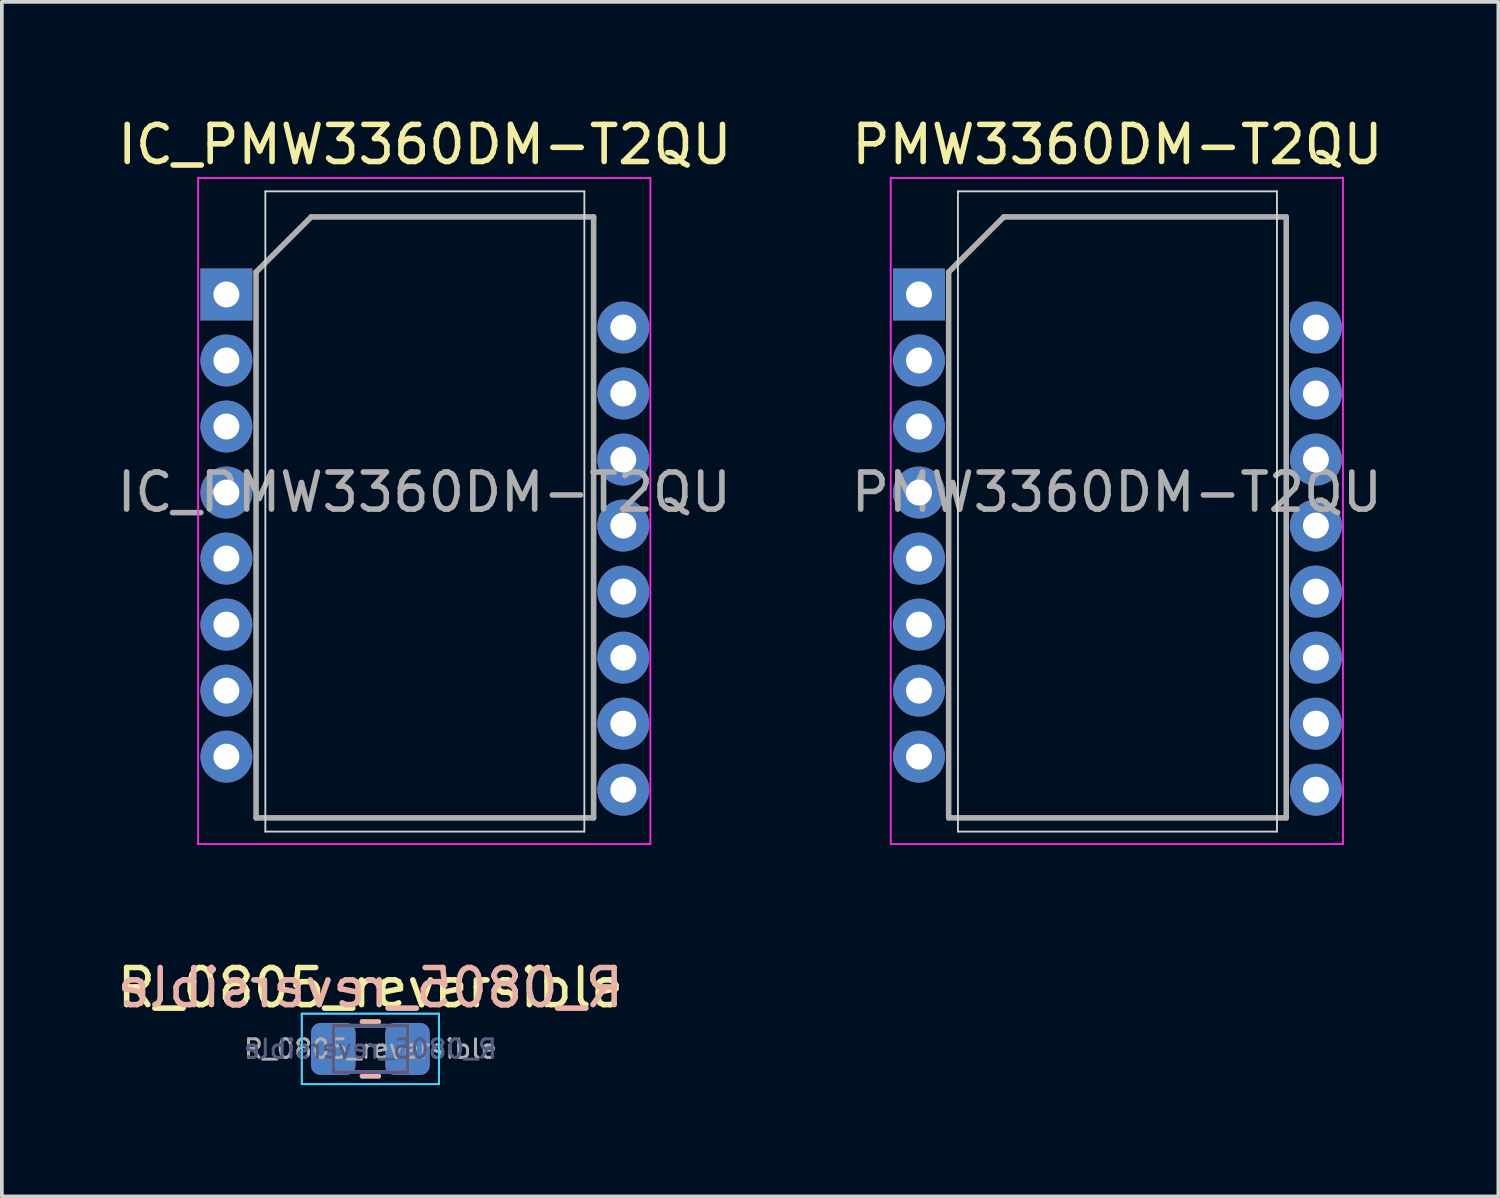
<source format=kicad_pcb>
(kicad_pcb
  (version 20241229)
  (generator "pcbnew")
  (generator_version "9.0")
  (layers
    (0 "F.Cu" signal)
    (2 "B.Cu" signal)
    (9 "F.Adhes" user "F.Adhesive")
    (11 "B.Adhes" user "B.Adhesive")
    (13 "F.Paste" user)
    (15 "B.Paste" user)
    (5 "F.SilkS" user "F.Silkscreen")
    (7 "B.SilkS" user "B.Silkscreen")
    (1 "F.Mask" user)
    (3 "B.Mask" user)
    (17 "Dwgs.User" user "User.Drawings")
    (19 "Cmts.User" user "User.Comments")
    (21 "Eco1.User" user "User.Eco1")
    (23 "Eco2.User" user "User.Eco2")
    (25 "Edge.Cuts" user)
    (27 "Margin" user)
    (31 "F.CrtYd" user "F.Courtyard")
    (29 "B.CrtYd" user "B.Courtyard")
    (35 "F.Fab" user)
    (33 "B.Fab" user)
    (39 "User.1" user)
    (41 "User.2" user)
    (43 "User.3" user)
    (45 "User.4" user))
  (footprint "IC_PMW3360DM-T2QU"
    (layer "F.Cu")
    (at 8.403 10.548)
    (property "Reference" "IC_PMW3360DM-T2QU" (at 0 -9.7 0) (layer "F.SilkS") (effects (font (size 1 1) (thickness 0.15))))
    (attr through_hole)
    (fp_line (start -4.3 -8.44) (end -4.3 8.82) (stroke (width 0.05) (type solid)) (layer "Edge.Cuts"))
    (fp_line (start 4.3 -8.44) (end -4.3 -8.44) (stroke (width 0.05) (type solid)) (layer "Edge.Cuts"))
    (fp_line (start 4.3 -8.44) (end 4.3 8.82) (stroke (width 0.05) (type solid)) (layer "Edge.Cuts"))
    (fp_line (start 4.3 8.82) (end -4.3 8.82) (stroke (width 0.05) (type solid)) (layer "Edge.Cuts"))
    (fp_line (start -6.112 -8.8) (end 6.08 -8.8) (stroke (width 0.05) (type solid)) (layer "F.CrtYd"))
    (fp_line (start -6.112 9.156) (end -6.112 -8.8) (stroke (width 0.05) (type solid)) (layer "F.CrtYd"))
    (fp_line (start 6.08 -8.8) (end 6.08 9.156) (stroke (width 0.05) (type solid)) (layer "F.CrtYd"))
    (fp_line (start 6.08 9.156) (end -6.112 9.156) (stroke (width 0.05) (type solid)) (layer "F.CrtYd"))
    (fp_line (start -4.55 -6.264) (end -4.55 8.45) (stroke (width 0.15) (type solid)) (layer "F.Fab"))
    (fp_line (start -3.064 -7.75) (end -4.55 -6.264) (stroke (width 0.15) (type solid)) (layer "F.Fab"))
    (fp_line (start 4.55 -7.75) (end -3.064 -7.75) (stroke (width 0.15) (type solid)) (layer "F.Fab"))
    (fp_line (start 4.55 -7.75) (end 4.55 8.45) (stroke (width 0.15) (type solid)) (layer "F.Fab"))
    (fp_line (start 4.55 8.45) (end -4.55 8.45) (stroke (width 0.15) (type solid)) (layer "F.Fab"))
    (fp_text user "${REFERENCE}" (at -0.016 -0.329 180) (layer "F.Fab") (effects (font (size 1 1) (thickness 0.15))))
    (pad "1" thru_hole rect (at -5.35 -5.66 180) (size 1.4 1.4) (drill 0.7) (layers "*.Cu" "*.Mask"))
    (pad "2" thru_hole circle (at -5.35 -3.88 180) (size 1.4 1.4) (drill 0.7) (layers "*.Cu" "*.Mask"))
    (pad "3" thru_hole circle (at -5.35 -2.1 180) (size 1.4 1.4) (drill 0.7) (layers "*.Cu" "*.Mask"))
    (pad "4" thru_hole circle (at -5.35 -0.32 180) (size 1.4 1.4) (drill 0.7) (layers "*.Cu" "*.Mask"))
    (pad "5" thru_hole circle (at -5.35 1.46 180) (size 1.4 1.4) (drill 0.7) (layers "*.Cu" "*.Mask"))
    (pad "6" thru_hole circle (at -5.35 3.24 180) (size 1.4 1.4) (drill 0.7) (layers "*.Cu" "*.Mask"))
    (pad "7" thru_hole circle (at -5.35 5.02 180) (size 1.4 1.4) (drill 0.7) (layers "*.Cu" "*.Mask"))
    (pad "8" thru_hole circle (at -5.35 6.8 180) (size 1.4 1.4) (drill 0.7) (layers "*.Cu" "*.Mask"))
    (pad "9" thru_hole circle (at 5.35 7.69 180) (size 1.4 1.4) (drill 0.7) (layers "*.Cu" "*.Mask"))
    (pad "10" thru_hole circle (at 5.35 5.91 180) (size 1.4 1.4) (drill 0.7) (layers "*.Cu" "*.Mask"))
    (pad "11" thru_hole circle (at 5.35 4.13 180) (size 1.4 1.4) (drill 0.7) (layers "*.Cu" "*.Mask"))
    (pad "12" thru_hole circle (at 5.35 2.35 180) (size 1.4 1.4) (drill 0.7) (layers "*.Cu" "*.Mask"))
    (pad "13" thru_hole circle (at 5.35 0.57 180) (size 1.4 1.4) (drill 0.7) (layers "*.Cu" "*.Mask"))
    (pad "14" thru_hole circle (at 5.35 -1.21 180) (size 1.4 1.4) (drill 0.7) (layers "*.Cu" "*.Mask"))
    (pad "15" thru_hole circle (at 5.35 -2.99 180) (size 1.4 1.4) (drill 0.7) (layers "*.Cu" "*.Mask"))
    (pad "16" thru_hole circle (at 5.35 -4.77 180) (size 1.4 1.4) (drill 0.7) (layers "*.Cu" "*.Mask")))
  (footprint "R_0805_reversible"
    (layer "F.Cu")
    (at 6.935 25.227)
    (property "Reference" "R_0805_reversible" (at 0 -1.65 0) (layer "F.SilkS") (effects (font (size 1 1) (thickness 0.15))))
    (attr smd)
    (fp_line (start -0.227 -0.735) (end 0.227 -0.735) (stroke (width 0.12) (type solid)) (layer "F.SilkS"))
    (fp_line (start -0.227 0.735) (end 0.227 0.735) (stroke (width 0.12) (type solid)) (layer "F.SilkS"))
    (fp_line (start -0.227 -0.735) (end 0.227 -0.735) (stroke (width 0.12) (type solid)) (layer "B.SilkS"))
    (fp_line (start -0.227 0.735) (end 0.227 0.735) (stroke (width 0.12) (type solid)) (layer "B.SilkS"))
    (fp_line (start -1.85 -0.95) (end -1.85 0.95) (stroke (width 0.05) (type solid)) (layer "B.CrtYd"))
    (fp_line (start -1.85 0.95) (end 1.85 0.95) (stroke (width 0.05) (type solid)) (layer "B.CrtYd"))
    (fp_line (start 1.85 -0.95) (end -1.85 -0.95) (stroke (width 0.05) (type solid)) (layer "B.CrtYd"))
    (fp_line (start 1.85 0.95) (end 1.85 -0.95) (stroke (width 0.05) (type solid)) (layer "B.CrtYd"))
    (fp_line (start -1.85 -0.95) (end 1.85 -0.95) (stroke (width 0.05) (type solid)) (layer "F.CrtYd"))
    (fp_line (start -1.85 0.95) (end -1.85 -0.95) (stroke (width 0.05) (type solid)) (layer "F.CrtYd"))
    (fp_line (start 1.85 -0.95) (end 1.85 0.95) (stroke (width 0.05) (type solid)) (layer "F.CrtYd"))
    (fp_line (start 1.85 0.95) (end -1.85 0.95) (stroke (width 0.05) (type solid)) (layer "F.CrtYd"))
    (fp_line (start -1 -0.625) (end -1 0.625) (stroke (width 0.1) (type solid)) (layer "B.Fab"))
    (fp_line (start -1 0.625) (end 1 0.625) (stroke (width 0.1) (type solid)) (layer "B.Fab"))
    (fp_line (start 1 -0.625) (end -1 -0.625) (stroke (width 0.1) (type solid)) (layer "B.Fab"))
    (fp_line (start 1 0.625) (end 1 -0.625) (stroke (width 0.1) (type solid)) (layer "B.Fab"))
    (fp_line (start -1 -0.625) (end 1 -0.625) (stroke (width 0.1) (type solid)) (layer "F.Fab"))
    (fp_line (start -1 0.625) (end -1 -0.625) (stroke (width 0.1) (type solid)) (layer "F.Fab"))
    (fp_line (start 1 -0.625) (end 1 0.625) (stroke (width 0.1) (type solid)) (layer "F.Fab"))
    (fp_line (start 1 0.625) (end -1 0.625) (stroke (width 0.1) (type solid)) (layer "F.Fab"))
    (fp_text user "${REFERENCE}" (at 0 -1.65 0) (layer "B.SilkS") (effects (font (size 1 1) (thickness 0.15)) (justify mirror)))
    (fp_text user "${REFERENCE}" (at 0 0 0) (layer "B.Fab") (effects (font (size 0.5 0.5) (thickness 0.08)) (justify mirror)))
    (fp_text user "${REFERENCE}" (at 0 0 0) (layer "F.Fab") (effects (font (size 0.5 0.5) (thickness 0.08))))
    (pad "1" smd roundrect (at -1 0) (size 1.2 1.4) (layers "F.Cu" "F.Mask" "F.Paste") (roundrect_rratio 0.208))
    (pad "1" smd roundrect (at -1 0) (size 1.2 1.4) (layers "B.Cu" "B.Mask" "B.Paste") (roundrect_rratio 0.208))
    (pad "2" smd roundrect (at 1 0) (size 1.2 1.4) (layers "F.Cu" "F.Mask" "F.Paste") (roundrect_rratio 0.208))
    (pad "2" smd roundrect (at 1 0) (size 1.2 1.4) (layers "B.Cu" "B.Mask" "B.Paste") (roundrect_rratio 0.208)))
  (footprint "PMW3360DM-T2QU"
    (layer "F.Cu")
    (at 27.074 10.548)
    (property "Reference" "PMW3360DM-T2QU" (at 0 -9.7 0) (layer "F.SilkS") (effects (font (size 1 1) (thickness 0.15))))
    (attr through_hole)
    (fp_line (start -4.3 -8.44) (end -4.3 8.82) (stroke (width 0.05) (type solid)) (layer "Edge.Cuts"))
    (fp_line (start 4.3 -8.44) (end -4.3 -8.44) (stroke (width 0.05) (type solid)) (layer "Edge.Cuts"))
    (fp_line (start 4.3 -8.44) (end 4.3 8.82) (stroke (width 0.05) (type solid)) (layer "Edge.Cuts"))
    (fp_line (start 4.3 8.82) (end -4.3 8.82) (stroke (width 0.05) (type solid)) (layer "Edge.Cuts"))
    (fp_line (start -6.112 -8.8) (end 6.08 -8.8) (stroke (width 0.05) (type solid)) (layer "F.CrtYd"))
    (fp_line (start -6.112 9.156) (end -6.112 -8.8) (stroke (width 0.05) (type solid)) (layer "F.CrtYd"))
    (fp_line (start 6.08 -8.8) (end 6.08 9.156) (stroke (width 0.05) (type solid)) (layer "F.CrtYd"))
    (fp_line (start 6.08 9.156) (end -6.112 9.156) (stroke (width 0.05) (type solid)) (layer "F.CrtYd"))
    (fp_line (start -4.55 -6.264) (end -4.55 8.45) (stroke (width 0.15) (type solid)) (layer "F.Fab"))
    (fp_line (start -3.064 -7.75) (end -4.55 -6.264) (stroke (width 0.15) (type solid)) (layer "F.Fab"))
    (fp_line (start 4.55 -7.75) (end -3.064 -7.75) (stroke (width 0.15) (type solid)) (layer "F.Fab"))
    (fp_line (start 4.55 -7.75) (end 4.55 8.45) (stroke (width 0.15) (type solid)) (layer "F.Fab"))
    (fp_line (start 4.55 8.45) (end -4.55 8.45) (stroke (width 0.15) (type solid)) (layer "F.Fab"))
    (fp_text user "${REFERENCE}" (at -0.016 -0.329 180) (layer "F.Fab") (effects (font (size 1 1) (thickness 0.15))))
    (pad "1" thru_hole rect (at -5.35 -5.66 180) (size 1.4 1.4) (drill 0.7) (layers "*.Cu" "*.Mask"))
    (pad "2" thru_hole circle (at -5.35 -3.88 180) (size 1.4 1.4) (drill 0.7) (layers "*.Cu" "*.Mask"))
    (pad "3" thru_hole circle (at -5.35 -2.1 180) (size 1.4 1.4) (drill 0.7) (layers "*.Cu" "*.Mask"))
    (pad "4" thru_hole circle (at -5.35 -0.32 180) (size 1.4 1.4) (drill 0.7) (layers "*.Cu" "*.Mask"))
    (pad "5" thru_hole circle (at -5.35 1.46 180) (size 1.4 1.4) (drill 0.7) (layers "*.Cu" "*.Mask"))
    (pad "6" thru_hole circle (at -5.35 3.24 180) (size 1.4 1.4) (drill 0.7) (layers "*.Cu" "*.Mask"))
    (pad "7" thru_hole circle (at -5.35 5.02 180) (size 1.4 1.4) (drill 0.7) (layers "*.Cu" "*.Mask"))
    (pad "8" thru_hole circle (at -5.35 6.8 180) (size 1.4 1.4) (drill 0.7) (layers "*.Cu" "*.Mask"))
    (pad "9" thru_hole circle (at 5.35 7.69 180) (size 1.4 1.4) (drill 0.7) (layers "*.Cu" "*.Mask"))
    (pad "10" thru_hole circle (at 5.35 5.91 180) (size 1.4 1.4) (drill 0.7) (layers "*.Cu" "*.Mask"))
    (pad "11" thru_hole circle (at 5.35 4.13 180) (size 1.4 1.4) (drill 0.7) (layers "*.Cu" "*.Mask"))
    (pad "12" thru_hole circle (at 5.35 2.35 180) (size 1.4 1.4) (drill 0.7) (layers "*.Cu" "*.Mask"))
    (pad "13" thru_hole circle (at 5.35 0.57 180) (size 1.4 1.4) (drill 0.7) (layers "*.Cu" "*.Mask"))
    (pad "14" thru_hole circle (at 5.35 -1.21 180) (size 1.4 1.4) (drill 0.7) (layers "*.Cu" "*.Mask"))
    (pad "15" thru_hole circle (at 5.35 -2.99 180) (size 1.4 1.4) (drill 0.7) (layers "*.Cu" "*.Mask"))
    (pad "16" thru_hole circle (at 5.35 -4.77 180) (size 1.4 1.4) (drill 0.7) (layers "*.Cu" "*.Mask")))
  (gr_rect
    (start -3 -3)
    (end 37.342 29.203)
    (stroke (width 0.1) (type default))
    (fill no)
    (layer "Edge.Cuts")))
</source>
